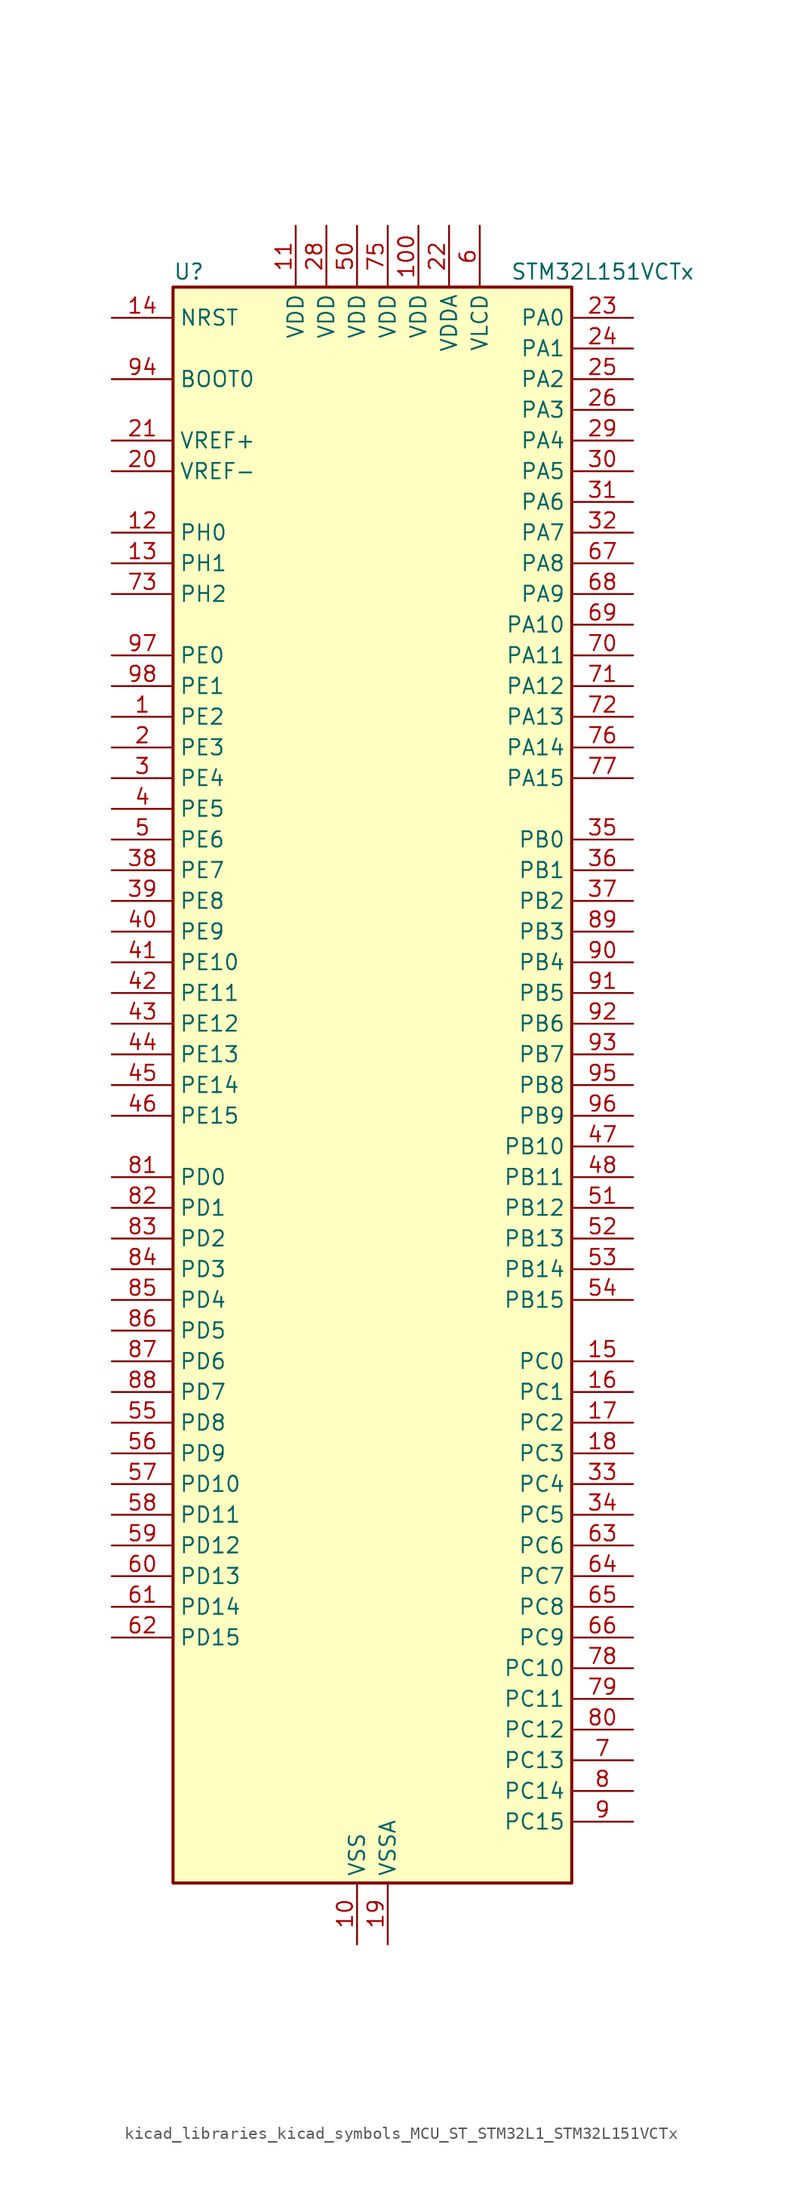
<source format=kicad_sym>
(kicad_symbol_lib
  (version 20220914)
  (generator kicad_symbol_editor)
  (symbol "kicad_libraries_kicad_symbols_MCU_ST_STM32L1_STM32L151VCTx"
    (property "Reference" "U"
      (at -15.24 67.31 0)
      (effects (font (size 1.27 1.27)) (justify left)))
    (property "Value" "STM32L151VCTx"
      (at 12.7 67.31 0)
      (effects (font (size 1.27 1.27)) (justify left)))
    (property "ki_locked" ""
      (at 0 0 0)
      (effects (font (size 1.27 1.27))))
    (symbol "kicad_libraries_kicad_symbols_MCU_ST_STM32L1_STM32L151VCTx_0_1"
      (rectangle (start -15.24 -66.04) (end 17.78 66.04) (stroke (width 0.254) (type default)) (fill (type background))))
    (symbol "kicad_libraries_kicad_symbols_MCU_ST_STM32L1_STM32L151VCTx_1_1"
      (pin bidirectional line (at -20.32 30.48 0) (length 5.08) (name "PE2" (effects (font (size 1.27 1.27)))) (number "1" (effects (font (size 1.27 1.27)))) (alternate "SYS_TRACECK" bidirectional line) (alternate "TIM3_ETR" bidirectional line) (alternate "TIMX_IC3" bidirectional line))
      (pin power_in line (at 0 -71.12 90) (length 5.08) (name "VSS" (effects (font (size 1.27 1.27)))) (number "10" (effects (font (size 1.27 1.27)))))
      (pin power_in line (at 5.08 71.12 270) (length 5.08) (name "VDD" (effects (font (size 1.27 1.27)))) (number "100" (effects (font (size 1.27 1.27)))))
      (pin power_in line (at -5.08 71.12 270) (length 5.08) (name "VDD" (effects (font (size 1.27 1.27)))) (number "11" (effects (font (size 1.27 1.27)))))
      (pin bidirectional line (at -20.32 45.72 0) (length 5.08) (name "PH0" (effects (font (size 1.27 1.27)))) (number "12" (effects (font (size 1.27 1.27)))) (alternate "RCC_OSC_IN" bidirectional line))
      (pin bidirectional line (at -20.32 43.18 0) (length 5.08) (name "PH1" (effects (font (size 1.27 1.27)))) (number "13" (effects (font (size 1.27 1.27)))) (alternate "RCC_OSC_OUT" bidirectional line))
      (pin input line (at -20.32 63.5 0) (length 5.08) (name "NRST" (effects (font (size 1.27 1.27)))) (number "14" (effects (font (size 1.27 1.27)))))
      (pin bidirectional line (at 22.86 -22.86 180) (length 5.08) (name "PC0" (effects (font (size 1.27 1.27)))) (number "15" (effects (font (size 1.27 1.27)))) (alternate "ADC_IN10" bidirectional line) (alternate "COMP1_INP" bidirectional line) (alternate "TIMX_IC1" bidirectional line) (alternate "TS_G8_IO1" bidirectional line))
      (pin bidirectional line (at 22.86 -25.4 180) (length 5.08) (name "PC1" (effects (font (size 1.27 1.27)))) (number "16" (effects (font (size 1.27 1.27)))) (alternate "ADC_IN11" bidirectional line) (alternate "COMP1_INP" bidirectional line) (alternate "TIMX_IC2" bidirectional line) (alternate "TS_G8_IO2" bidirectional line))
      (pin bidirectional line (at 22.86 -27.94 180) (length 5.08) (name "PC2" (effects (font (size 1.27 1.27)))) (number "17" (effects (font (size 1.27 1.27)))) (alternate "ADC_IN12" bidirectional line) (alternate "COMP1_INP" bidirectional line) (alternate "TIMX_IC3" bidirectional line) (alternate "TS_G8_IO3" bidirectional line))
      (pin bidirectional line (at 22.86 -30.48 180) (length 5.08) (name "PC3" (effects (font (size 1.27 1.27)))) (number "18" (effects (font (size 1.27 1.27)))) (alternate "ADC_IN13" bidirectional line) (alternate "COMP1_INP" bidirectional line) (alternate "TIMX_IC4" bidirectional line) (alternate "TS_G8_IO4" bidirectional line))
      (pin power_in line (at 2.54 -71.12 90) (length 5.08) (name "VSSA" (effects (font (size 1.27 1.27)))) (number "19" (effects (font (size 1.27 1.27)))))
      (pin bidirectional line (at -20.32 27.94 0) (length 5.08) (name "PE3" (effects (font (size 1.27 1.27)))) (number "2" (effects (font (size 1.27 1.27)))) (alternate "SYS_TRACED0" bidirectional line) (alternate "TIM3_CH1" bidirectional line) (alternate "TIMX_IC4" bidirectional line))
      (pin input line (at -20.32 50.8 0) (length 5.08) (name "VREF-" (effects (font (size 1.27 1.27)))) (number "20" (effects (font (size 1.27 1.27)))))
      (pin input line (at -20.32 53.34 0) (length 5.08) (name "VREF+" (effects (font (size 1.27 1.27)))) (number "21" (effects (font (size 1.27 1.27)))))
      (pin power_in line (at 7.62 71.12 270) (length 5.08) (name "VDDA" (effects (font (size 1.27 1.27)))) (number "22" (effects (font (size 1.27 1.27)))))
      (pin bidirectional line (at 22.86 63.5 180) (length 5.08) (name "PA0" (effects (font (size 1.27 1.27)))) (number "23" (effects (font (size 1.27 1.27)))) (alternate "ADC_IN0" bidirectional line) (alternate "COMP1_INP" bidirectional line) (alternate "RTC_TAMP2" bidirectional line) (alternate "SYS_WKUP1" bidirectional line) (alternate "TIM2_CH1" bidirectional line) (alternate "TIM2_ETR" bidirectional line) (alternate "TIM5_CH1" bidirectional line) (alternate "TIMX_IC1" bidirectional line) (alternate "TS_G1_IO1" bidirectional line) (alternate "USART2_CTS" bidirectional line))
      (pin bidirectional line (at 22.86 60.96 180) (length 5.08) (name "PA1" (effects (font (size 1.27 1.27)))) (number "24" (effects (font (size 1.27 1.27)))) (alternate "ADC_IN1" bidirectional line) (alternate "COMP1_INP" bidirectional line) (alternate "OPAMP1_VINP" bidirectional line) (alternate "TIM2_CH2" bidirectional line) (alternate "TIM5_CH2" bidirectional line) (alternate "TIMX_IC2" bidirectional line) (alternate "TS_G1_IO2" bidirectional line) (alternate "USART2_RTS" bidirectional line))
      (pin bidirectional line (at 22.86 58.42 180) (length 5.08) (name "PA2" (effects (font (size 1.27 1.27)))) (number "25" (effects (font (size 1.27 1.27)))) (alternate "ADC_IN2" bidirectional line) (alternate "COMP1_INP" bidirectional line) (alternate "OPAMP1_VINM" bidirectional line) (alternate "TIM2_CH3" bidirectional line) (alternate "TIM5_CH3" bidirectional line) (alternate "TIM9_CH1" bidirectional line) (alternate "TIMX_IC3" bidirectional line) (alternate "TS_G1_IO3" bidirectional line) (alternate "USART2_TX" bidirectional line))
      (pin bidirectional line (at 22.86 55.88 180) (length 5.08) (name "PA3" (effects (font (size 1.27 1.27)))) (number "26" (effects (font (size 1.27 1.27)))) (alternate "ADC_IN3" bidirectional line) (alternate "COMP1_INP" bidirectional line) (alternate "OPAMP1_VOUT" bidirectional line) (alternate "TIM2_CH4" bidirectional line) (alternate "TIM5_CH4" bidirectional line) (alternate "TIM9_CH2" bidirectional line) (alternate "TIMX_IC4" bidirectional line) (alternate "TS_G1_IO4" bidirectional line) (alternate "USART2_RX" bidirectional line))
      (pin passive line (at 0 -71.12 90) (length 5.08) hide (name "VSS" (effects (font (size 1.27 1.27)))) (number "27" (effects (font (size 1.27 1.27)))))
      (pin power_in line (at -2.54 71.12 270) (length 5.08) (name "VDD" (effects (font (size 1.27 1.27)))) (number "28" (effects (font (size 1.27 1.27)))))
      (pin bidirectional line (at 22.86 53.34 180) (length 5.08) (name "PA4" (effects (font (size 1.27 1.27)))) (number "29" (effects (font (size 1.27 1.27)))) (alternate "ADC_IN4" bidirectional line) (alternate "COMP1_INP" bidirectional line) (alternate "DAC_OUT1" bidirectional line) (alternate "I2S3_WS" bidirectional line) (alternate "SPI1_NSS" bidirectional line) (alternate "SPI3_NSS" bidirectional line) (alternate "TIMX_IC1" bidirectional line) (alternate "USART2_CK" bidirectional line))
      (pin bidirectional line (at -20.32 25.4 0) (length 5.08) (name "PE4" (effects (font (size 1.27 1.27)))) (number "3" (effects (font (size 1.27 1.27)))) (alternate "SYS_TRACED1" bidirectional line) (alternate "TIM3_CH2" bidirectional line) (alternate "TIMX_IC1" bidirectional line))
      (pin bidirectional line (at 22.86 50.8 180) (length 5.08) (name "PA5" (effects (font (size 1.27 1.27)))) (number "30" (effects (font (size 1.27 1.27)))) (alternate "ADC_IN5" bidirectional line) (alternate "COMP1_INP" bidirectional line) (alternate "DAC_OUT2" bidirectional line) (alternate "SPI1_SCK" bidirectional line) (alternate "TIM2_CH1" bidirectional line) (alternate "TIM2_ETR" bidirectional line) (alternate "TIMX_IC2" bidirectional line))
      (pin bidirectional line (at 22.86 48.26 180) (length 5.08) (name "PA6" (effects (font (size 1.27 1.27)))) (number "31" (effects (font (size 1.27 1.27)))) (alternate "ADC_IN6" bidirectional line) (alternate "COMP1_INP" bidirectional line) (alternate "OPAMP2_VINP" bidirectional line) (alternate "SPI1_MISO" bidirectional line) (alternate "TIM10_CH1" bidirectional line) (alternate "TIM3_CH1" bidirectional line) (alternate "TIMX_IC3" bidirectional line) (alternate "TS_G2_IO1" bidirectional line))
      (pin bidirectional line (at 22.86 45.72 180) (length 5.08) (name "PA7" (effects (font (size 1.27 1.27)))) (number "32" (effects (font (size 1.27 1.27)))) (alternate "ADC_IN7" bidirectional line) (alternate "COMP1_INP" bidirectional line) (alternate "OPAMP2_VINM" bidirectional line) (alternate "SPI1_MOSI" bidirectional line) (alternate "TIM11_CH1" bidirectional line) (alternate "TIM3_CH2" bidirectional line) (alternate "TIMX_IC4" bidirectional line) (alternate "TS_G2_IO2" bidirectional line))
      (pin bidirectional line (at 22.86 -33.02 180) (length 5.08) (name "PC4" (effects (font (size 1.27 1.27)))) (number "33" (effects (font (size 1.27 1.27)))) (alternate "ADC_IN14" bidirectional line) (alternate "COMP1_INP" bidirectional line) (alternate "TIMX_IC1" bidirectional line) (alternate "TS_G9_IO1" bidirectional line))
      (pin bidirectional line (at 22.86 -35.56 180) (length 5.08) (name "PC5" (effects (font (size 1.27 1.27)))) (number "34" (effects (font (size 1.27 1.27)))) (alternate "ADC_IN15" bidirectional line) (alternate "COMP1_INP" bidirectional line) (alternate "TIMX_IC2" bidirectional line) (alternate "TS_G9_IO2" bidirectional line))
      (pin bidirectional line (at 22.86 20.32 180) (length 5.08) (name "PB0" (effects (font (size 1.27 1.27)))) (number "35" (effects (font (size 1.27 1.27)))) (alternate "ADC_IN8" bidirectional line) (alternate "COMP1_INP" bidirectional line) (alternate "OPAMP2_VOUT" bidirectional line) (alternate "SYS_V_REF_OUT" bidirectional line) (alternate "TIM3_CH3" bidirectional line) (alternate "TS_G3_IO1" bidirectional line))
      (pin bidirectional line (at 22.86 17.78 180) (length 5.08) (name "PB1" (effects (font (size 1.27 1.27)))) (number "36" (effects (font (size 1.27 1.27)))) (alternate "ADC_IN9" bidirectional line) (alternate "COMP1_INP" bidirectional line) (alternate "SYS_V_REF_OUT" bidirectional line) (alternate "TIM3_CH4" bidirectional line) (alternate "TS_G3_IO2" bidirectional line))
      (pin bidirectional line (at 22.86 15.24 180) (length 5.08) (name "PB2" (effects (font (size 1.27 1.27)))) (number "37" (effects (font (size 1.27 1.27)))) (alternate "TS_G3_IO3" bidirectional line))
      (pin bidirectional line (at -20.32 17.78 0) (length 5.08) (name "PE7" (effects (font (size 1.27 1.27)))) (number "38" (effects (font (size 1.27 1.27)))) (alternate "ADC_IN22" bidirectional line) (alternate "COMP1_INP" bidirectional line) (alternate "TIMX_IC4" bidirectional line))
      (pin bidirectional line (at -20.32 15.24 0) (length 5.08) (name "PE8" (effects (font (size 1.27 1.27)))) (number "39" (effects (font (size 1.27 1.27)))) (alternate "ADC_IN23" bidirectional line) (alternate "COMP1_INP" bidirectional line) (alternate "TIMX_IC1" bidirectional line))
      (pin bidirectional line (at -20.32 22.86 0) (length 5.08) (name "PE5" (effects (font (size 1.27 1.27)))) (number "4" (effects (font (size 1.27 1.27)))) (alternate "SYS_TRACED2" bidirectional line) (alternate "TIM9_CH1" bidirectional line) (alternate "TIMX_IC2" bidirectional line))
      (pin bidirectional line (at -20.32 12.7 0) (length 5.08) (name "PE9" (effects (font (size 1.27 1.27)))) (number "40" (effects (font (size 1.27 1.27)))) (alternate "ADC_IN24" bidirectional line) (alternate "COMP1_INP" bidirectional line) (alternate "DAC_EXTI9" bidirectional line) (alternate "TIM2_CH1" bidirectional line) (alternate "TIM2_ETR" bidirectional line) (alternate "TIM5_ETR" bidirectional line) (alternate "TIMX_IC2" bidirectional line))
      (pin bidirectional line (at -20.32 10.16 0) (length 5.08) (name "PE10" (effects (font (size 1.27 1.27)))) (number "41" (effects (font (size 1.27 1.27)))) (alternate "ADC_IN25" bidirectional line) (alternate "COMP1_INP" bidirectional line) (alternate "TIM2_CH2" bidirectional line) (alternate "TIMX_IC3" bidirectional line))
      (pin bidirectional line (at -20.32 7.62 0) (length 5.08) (name "PE11" (effects (font (size 1.27 1.27)))) (number "42" (effects (font (size 1.27 1.27)))) (alternate "ADC_EXTI11" bidirectional line) (alternate "TIM2_CH3" bidirectional line) (alternate "TIMX_IC4" bidirectional line))
      (pin bidirectional line (at -20.32 5.08 0) (length 5.08) (name "PE12" (effects (font (size 1.27 1.27)))) (number "43" (effects (font (size 1.27 1.27)))) (alternate "SPI1_NSS" bidirectional line) (alternate "TIM2_CH4" bidirectional line) (alternate "TIMX_IC1" bidirectional line))
      (pin bidirectional line (at -20.32 2.54 0) (length 5.08) (name "PE13" (effects (font (size 1.27 1.27)))) (number "44" (effects (font (size 1.27 1.27)))) (alternate "SPI1_SCK" bidirectional line) (alternate "TIMX_IC2" bidirectional line))
      (pin bidirectional line (at -20.32 0 0) (length 5.08) (name "PE14" (effects (font (size 1.27 1.27)))) (number "45" (effects (font (size 1.27 1.27)))) (alternate "SPI1_MISO" bidirectional line) (alternate "TIMX_IC3" bidirectional line))
      (pin bidirectional line (at -20.32 -2.54 0) (length 5.08) (name "PE15" (effects (font (size 1.27 1.27)))) (number "46" (effects (font (size 1.27 1.27)))) (alternate "ADC_EXTI15" bidirectional line) (alternate "SPI1_MOSI" bidirectional line) (alternate "TIMX_IC4" bidirectional line))
      (pin bidirectional line (at 22.86 -5.08 180) (length 5.08) (name "PB10" (effects (font (size 1.27 1.27)))) (number "47" (effects (font (size 1.27 1.27)))) (alternate "I2C2_SCL" bidirectional line) (alternate "TIM2_CH3" bidirectional line) (alternate "USART3_TX" bidirectional line))
      (pin bidirectional line (at 22.86 -7.62 180) (length 5.08) (name "PB11" (effects (font (size 1.27 1.27)))) (number "48" (effects (font (size 1.27 1.27)))) (alternate "ADC_EXTI11" bidirectional line) (alternate "I2C2_SDA" bidirectional line) (alternate "TIM2_CH4" bidirectional line) (alternate "USART3_RX" bidirectional line))
      (pin passive line (at 0 -71.12 90) (length 5.08) hide (name "VSS" (effects (font (size 1.27 1.27)))) (number "49" (effects (font (size 1.27 1.27)))))
      (pin bidirectional line (at -20.32 20.32 0) (length 5.08) (name "PE6" (effects (font (size 1.27 1.27)))) (number "5" (effects (font (size 1.27 1.27)))) (alternate "RTC_TAMP3" bidirectional line) (alternate "SYS_TRACED3" bidirectional line) (alternate "SYS_WKUP3" bidirectional line) (alternate "TIM9_CH2" bidirectional line) (alternate "TIMX_IC3" bidirectional line))
      (pin power_in line (at 0 71.12 270) (length 5.08) (name "VDD" (effects (font (size 1.27 1.27)))) (number "50" (effects (font (size 1.27 1.27)))))
      (pin bidirectional line (at 22.86 -10.16 180) (length 5.08) (name "PB12" (effects (font (size 1.27 1.27)))) (number "51" (effects (font (size 1.27 1.27)))) (alternate "ADC_IN18" bidirectional line) (alternate "COMP1_INP" bidirectional line) (alternate "I2C2_SMBA" bidirectional line) (alternate "I2S2_WS" bidirectional line) (alternate "SPI2_NSS" bidirectional line) (alternate "TIM10_CH1" bidirectional line) (alternate "TS_G7_IO1" bidirectional line) (alternate "USART3_CK" bidirectional line))
      (pin bidirectional line (at 22.86 -12.7 180) (length 5.08) (name "PB13" (effects (font (size 1.27 1.27)))) (number "52" (effects (font (size 1.27 1.27)))) (alternate "ADC_IN19" bidirectional line) (alternate "COMP1_INP" bidirectional line) (alternate "I2S2_CK" bidirectional line) (alternate "SPI2_SCK" bidirectional line) (alternate "TIM9_CH1" bidirectional line) (alternate "TS_G7_IO2" bidirectional line) (alternate "USART3_CTS" bidirectional line))
      (pin bidirectional line (at 22.86 -15.24 180) (length 5.08) (name "PB14" (effects (font (size 1.27 1.27)))) (number "53" (effects (font (size 1.27 1.27)))) (alternate "ADC_IN20" bidirectional line) (alternate "COMP1_INP" bidirectional line) (alternate "SPI2_MISO" bidirectional line) (alternate "TIM9_CH2" bidirectional line) (alternate "TS_G7_IO3" bidirectional line) (alternate "USART3_RTS" bidirectional line))
      (pin bidirectional line (at 22.86 -17.78 180) (length 5.08) (name "PB15" (effects (font (size 1.27 1.27)))) (number "54" (effects (font (size 1.27 1.27)))) (alternate "ADC_EXTI15" bidirectional line) (alternate "ADC_IN21" bidirectional line) (alternate "COMP1_INP" bidirectional line) (alternate "I2S2_SD" bidirectional line) (alternate "RTC_REFIN" bidirectional line) (alternate "SPI2_MOSI" bidirectional line) (alternate "TIM11_CH1" bidirectional line) (alternate "TS_G7_IO4" bidirectional line))
      (pin bidirectional line (at -20.32 -27.94 0) (length 5.08) (name "PD8" (effects (font (size 1.27 1.27)))) (number "55" (effects (font (size 1.27 1.27)))) (alternate "TIMX_IC1" bidirectional line) (alternate "USART3_TX" bidirectional line))
      (pin bidirectional line (at -20.32 -30.48 0) (length 5.08) (name "PD9" (effects (font (size 1.27 1.27)))) (number "56" (effects (font (size 1.27 1.27)))) (alternate "DAC_EXTI9" bidirectional line) (alternate "TIMX_IC2" bidirectional line) (alternate "USART3_RX" bidirectional line))
      (pin bidirectional line (at -20.32 -33.02 0) (length 5.08) (name "PD10" (effects (font (size 1.27 1.27)))) (number "57" (effects (font (size 1.27 1.27)))) (alternate "TIMX_IC3" bidirectional line) (alternate "USART3_CK" bidirectional line))
      (pin bidirectional line (at -20.32 -35.56 0) (length 5.08) (name "PD11" (effects (font (size 1.27 1.27)))) (number "58" (effects (font (size 1.27 1.27)))) (alternate "ADC_EXTI11" bidirectional line) (alternate "TIMX_IC4" bidirectional line) (alternate "USART3_CTS" bidirectional line))
      (pin bidirectional line (at -20.32 -38.1 0) (length 5.08) (name "PD12" (effects (font (size 1.27 1.27)))) (number "59" (effects (font (size 1.27 1.27)))) (alternate "TIM4_CH1" bidirectional line) (alternate "TIMX_IC1" bidirectional line) (alternate "USART3_RTS" bidirectional line))
      (pin power_in line (at 10.16 71.12 270) (length 5.08) (name "VLCD" (effects (font (size 1.27 1.27)))) (number "6" (effects (font (size 1.27 1.27)))))
      (pin bidirectional line (at -20.32 -40.64 0) (length 5.08) (name "PD13" (effects (font (size 1.27 1.27)))) (number "60" (effects (font (size 1.27 1.27)))) (alternate "TIM4_CH2" bidirectional line) (alternate "TIMX_IC2" bidirectional line))
      (pin bidirectional line (at -20.32 -43.18 0) (length 5.08) (name "PD14" (effects (font (size 1.27 1.27)))) (number "61" (effects (font (size 1.27 1.27)))) (alternate "TIM4_CH3" bidirectional line) (alternate "TIMX_IC3" bidirectional line))
      (pin bidirectional line (at -20.32 -45.72 0) (length 5.08) (name "PD15" (effects (font (size 1.27 1.27)))) (number "62" (effects (font (size 1.27 1.27)))) (alternate "ADC_EXTI15" bidirectional line) (alternate "TIM4_CH4" bidirectional line) (alternate "TIMX_IC4" bidirectional line))
      (pin bidirectional line (at 22.86 -38.1 180) (length 5.08) (name "PC6" (effects (font (size 1.27 1.27)))) (number "63" (effects (font (size 1.27 1.27)))) (alternate "I2S2_MCK" bidirectional line) (alternate "TIM3_CH1" bidirectional line) (alternate "TIMX_IC3" bidirectional line) (alternate "TS_G10_IO1" bidirectional line))
      (pin bidirectional line (at 22.86 -40.64 180) (length 5.08) (name "PC7" (effects (font (size 1.27 1.27)))) (number "64" (effects (font (size 1.27 1.27)))) (alternate "I2S3_MCK" bidirectional line) (alternate "TIM3_CH2" bidirectional line) (alternate "TIMX_IC4" bidirectional line) (alternate "TS_G10_IO2" bidirectional line))
      (pin bidirectional line (at 22.86 -43.18 180) (length 5.08) (name "PC8" (effects (font (size 1.27 1.27)))) (number "65" (effects (font (size 1.27 1.27)))) (alternate "TIM3_CH3" bidirectional line) (alternate "TIMX_IC1" bidirectional line) (alternate "TS_G10_IO3" bidirectional line))
      (pin bidirectional line (at 22.86 -45.72 180) (length 5.08) (name "PC9" (effects (font (size 1.27 1.27)))) (number "66" (effects (font (size 1.27 1.27)))) (alternate "DAC_EXTI9" bidirectional line) (alternate "TIM3_CH4" bidirectional line) (alternate "TIMX_IC2" bidirectional line) (alternate "TS_G10_IO4" bidirectional line))
      (pin bidirectional line (at 22.86 43.18 180) (length 5.08) (name "PA8" (effects (font (size 1.27 1.27)))) (number "67" (effects (font (size 1.27 1.27)))) (alternate "RCC_MCO" bidirectional line) (alternate "TIMX_IC1" bidirectional line) (alternate "TS_G4_IO1" bidirectional line) (alternate "USART1_CK" bidirectional line))
      (pin bidirectional line (at 22.86 40.64 180) (length 5.08) (name "PA9" (effects (font (size 1.27 1.27)))) (number "68" (effects (font (size 1.27 1.27)))) (alternate "DAC_EXTI9" bidirectional line) (alternate "TIMX_IC2" bidirectional line) (alternate "TS_G4_IO2" bidirectional line) (alternate "USART1_TX" bidirectional line))
      (pin bidirectional line (at 22.86 38.1 180) (length 5.08) (name "PA10" (effects (font (size 1.27 1.27)))) (number "69" (effects (font (size 1.27 1.27)))) (alternate "TIMX_IC3" bidirectional line) (alternate "TS_G4_IO3" bidirectional line) (alternate "USART1_RX" bidirectional line))
      (pin bidirectional line (at 22.86 -55.88 180) (length 5.08) (name "PC13" (effects (font (size 1.27 1.27)))) (number "7" (effects (font (size 1.27 1.27)))) (alternate "RTC_OUT_ALARM" bidirectional line) (alternate "RTC_OUT_CALIB" bidirectional line) (alternate "RTC_TAMP1" bidirectional line) (alternate "RTC_TS" bidirectional line) (alternate "SYS_WKUP2" bidirectional line) (alternate "TIMX_IC2" bidirectional line))
      (pin bidirectional line (at 22.86 35.56 180) (length 5.08) (name "PA11" (effects (font (size 1.27 1.27)))) (number "70" (effects (font (size 1.27 1.27)))) (alternate "ADC_EXTI11" bidirectional line) (alternate "SPI1_MISO" bidirectional line) (alternate "TIMX_IC4" bidirectional line) (alternate "USART1_CTS" bidirectional line) (alternate "USB_DM" bidirectional line))
      (pin bidirectional line (at 22.86 33.02 180) (length 5.08) (name "PA12" (effects (font (size 1.27 1.27)))) (number "71" (effects (font (size 1.27 1.27)))) (alternate "SPI1_MOSI" bidirectional line) (alternate "TIMX_IC1" bidirectional line) (alternate "USART1_RTS" bidirectional line) (alternate "USB_DP" bidirectional line))
      (pin bidirectional line (at 22.86 30.48 180) (length 5.08) (name "PA13" (effects (font (size 1.27 1.27)))) (number "72" (effects (font (size 1.27 1.27)))) (alternate "SYS_JTMS-SWDIO" bidirectional line) (alternate "TIMX_IC2" bidirectional line) (alternate "TS_G5_IO1" bidirectional line))
      (pin bidirectional line (at -20.32 40.64 0) (length 5.08) (name "PH2" (effects (font (size 1.27 1.27)))) (number "73" (effects (font (size 1.27 1.27)))))
      (pin passive line (at 0 -71.12 90) (length 5.08) hide (name "VSS" (effects (font (size 1.27 1.27)))) (number "74" (effects (font (size 1.27 1.27)))))
      (pin power_in line (at 2.54 71.12 270) (length 5.08) (name "VDD" (effects (font (size 1.27 1.27)))) (number "75" (effects (font (size 1.27 1.27)))))
      (pin bidirectional line (at 22.86 27.94 180) (length 5.08) (name "PA14" (effects (font (size 1.27 1.27)))) (number "76" (effects (font (size 1.27 1.27)))) (alternate "SYS_JTCK-SWCLK" bidirectional line) (alternate "TIMX_IC3" bidirectional line) (alternate "TS_G5_IO2" bidirectional line))
      (pin bidirectional line (at 22.86 25.4 180) (length 5.08) (name "PA15" (effects (font (size 1.27 1.27)))) (number "77" (effects (font (size 1.27 1.27)))) (alternate "ADC_EXTI15" bidirectional line) (alternate "I2S3_WS" bidirectional line) (alternate "SPI1_NSS" bidirectional line) (alternate "SPI3_NSS" bidirectional line) (alternate "SYS_JTDI" bidirectional line) (alternate "TIM2_CH1" bidirectional line) (alternate "TIM2_ETR" bidirectional line) (alternate "TIMX_IC4" bidirectional line) (alternate "TS_G5_IO3" bidirectional line))
      (pin bidirectional line (at 22.86 -48.26 180) (length 5.08) (name "PC10" (effects (font (size 1.27 1.27)))) (number "78" (effects (font (size 1.27 1.27)))) (alternate "I2S3_CK" bidirectional line) (alternate "SPI3_SCK" bidirectional line) (alternate "TIMX_IC3" bidirectional line) (alternate "USART3_TX" bidirectional line))
      (pin bidirectional line (at 22.86 -50.8 180) (length 5.08) (name "PC11" (effects (font (size 1.27 1.27)))) (number "79" (effects (font (size 1.27 1.27)))) (alternate "ADC_EXTI11" bidirectional line) (alternate "SPI3_MISO" bidirectional line) (alternate "TIMX_IC4" bidirectional line) (alternate "USART3_RX" bidirectional line))
      (pin bidirectional line (at 22.86 -58.42 180) (length 5.08) (name "PC14" (effects (font (size 1.27 1.27)))) (number "8" (effects (font (size 1.27 1.27)))) (alternate "RCC_OSC32_IN" bidirectional line) (alternate "TIMX_IC3" bidirectional line))
      (pin bidirectional line (at 22.86 -53.34 180) (length 5.08) (name "PC12" (effects (font (size 1.27 1.27)))) (number "80" (effects (font (size 1.27 1.27)))) (alternate "I2S3_SD" bidirectional line) (alternate "SPI3_MOSI" bidirectional line) (alternate "TIMX_IC1" bidirectional line) (alternate "USART3_CK" bidirectional line))
      (pin bidirectional line (at -20.32 -7.62 0) (length 5.08) (name "PD0" (effects (font (size 1.27 1.27)))) (number "81" (effects (font (size 1.27 1.27)))) (alternate "I2S2_WS" bidirectional line) (alternate "SPI2_NSS" bidirectional line) (alternate "TIM9_CH1" bidirectional line) (alternate "TIMX_IC1" bidirectional line))
      (pin bidirectional line (at -20.32 -10.16 0) (length 5.08) (name "PD1" (effects (font (size 1.27 1.27)))) (number "82" (effects (font (size 1.27 1.27)))) (alternate "I2S2_CK" bidirectional line) (alternate "SPI2_SCK" bidirectional line) (alternate "TIMX_IC2" bidirectional line))
      (pin bidirectional line (at -20.32 -12.7 0) (length 5.08) (name "PD2" (effects (font (size 1.27 1.27)))) (number "83" (effects (font (size 1.27 1.27)))) (alternate "TIM3_ETR" bidirectional line) (alternate "TIMX_IC3" bidirectional line))
      (pin bidirectional line (at -20.32 -15.24 0) (length 5.08) (name "PD3" (effects (font (size 1.27 1.27)))) (number "84" (effects (font (size 1.27 1.27)))) (alternate "SPI2_MISO" bidirectional line) (alternate "TIMX_IC4" bidirectional line) (alternate "USART2_CTS" bidirectional line))
      (pin bidirectional line (at -20.32 -17.78 0) (length 5.08) (name "PD4" (effects (font (size 1.27 1.27)))) (number "85" (effects (font (size 1.27 1.27)))) (alternate "I2S2_SD" bidirectional line) (alternate "SPI2_MOSI" bidirectional line) (alternate "TIMX_IC1" bidirectional line) (alternate "USART2_RTS" bidirectional line))
      (pin bidirectional line (at -20.32 -20.32 0) (length 5.08) (name "PD5" (effects (font (size 1.27 1.27)))) (number "86" (effects (font (size 1.27 1.27)))) (alternate "TIMX_IC2" bidirectional line) (alternate "USART2_TX" bidirectional line))
      (pin bidirectional line (at -20.32 -22.86 0) (length 5.08) (name "PD6" (effects (font (size 1.27 1.27)))) (number "87" (effects (font (size 1.27 1.27)))) (alternate "TIMX_IC3" bidirectional line) (alternate "USART2_RX" bidirectional line))
      (pin bidirectional line (at -20.32 -25.4 0) (length 5.08) (name "PD7" (effects (font (size 1.27 1.27)))) (number "88" (effects (font (size 1.27 1.27)))) (alternate "TIM9_CH2" bidirectional line) (alternate "TIMX_IC4" bidirectional line) (alternate "USART2_CK" bidirectional line))
      (pin bidirectional line (at 22.86 12.7 180) (length 5.08) (name "PB3" (effects (font (size 1.27 1.27)))) (number "89" (effects (font (size 1.27 1.27)))) (alternate "COMP2_INM" bidirectional line) (alternate "I2S3_CK" bidirectional line) (alternate "SPI1_SCK" bidirectional line) (alternate "SPI3_SCK" bidirectional line) (alternate "SYS_JTDO-TRACESWO" bidirectional line) (alternate "TIM2_CH2" bidirectional line))
      (pin bidirectional line (at 22.86 -60.96 180) (length 5.08) (name "PC15" (effects (font (size 1.27 1.27)))) (number "9" (effects (font (size 1.27 1.27)))) (alternate "ADC_EXTI15" bidirectional line) (alternate "RCC_OSC32_OUT" bidirectional line) (alternate "TIMX_IC4" bidirectional line))
      (pin bidirectional line (at 22.86 10.16 180) (length 5.08) (name "PB4" (effects (font (size 1.27 1.27)))) (number "90" (effects (font (size 1.27 1.27)))) (alternate "COMP2_INP" bidirectional line) (alternate "SPI1_MISO" bidirectional line) (alternate "SPI3_MISO" bidirectional line) (alternate "SYS_JTRST" bidirectional line) (alternate "TIM3_CH1" bidirectional line) (alternate "TS_G6_IO1" bidirectional line))
      (pin bidirectional line (at 22.86 7.62 180) (length 5.08) (name "PB5" (effects (font (size 1.27 1.27)))) (number "91" (effects (font (size 1.27 1.27)))) (alternate "COMP2_INP" bidirectional line) (alternate "I2C1_SMBA" bidirectional line) (alternate "I2S3_SD" bidirectional line) (alternate "SPI1_MOSI" bidirectional line) (alternate "SPI3_MOSI" bidirectional line) (alternate "TIM3_CH2" bidirectional line) (alternate "TS_G6_IO2" bidirectional line))
      (pin bidirectional line (at 22.86 5.08 180) (length 5.08) (name "PB6" (effects (font (size 1.27 1.27)))) (number "92" (effects (font (size 1.27 1.27)))) (alternate "COMP2_INP" bidirectional line) (alternate "I2C1_SCL" bidirectional line) (alternate "TIM4_CH1" bidirectional line) (alternate "TS_G6_IO3" bidirectional line) (alternate "USART1_TX" bidirectional line))
      (pin bidirectional line (at 22.86 2.54 180) (length 5.08) (name "PB7" (effects (font (size 1.27 1.27)))) (number "93" (effects (font (size 1.27 1.27)))) (alternate "COMP2_INP" bidirectional line) (alternate "I2C1_SDA" bidirectional line) (alternate "SYS_PVD_IN" bidirectional line) (alternate "TIM4_CH2" bidirectional line) (alternate "TS_G6_IO4" bidirectional line) (alternate "USART1_RX" bidirectional line))
      (pin input line (at -20.32 58.42 0) (length 5.08) (name "BOOT0" (effects (font (size 1.27 1.27)))) (number "94" (effects (font (size 1.27 1.27)))))
      (pin bidirectional line (at 22.86 0 180) (length 5.08) (name "PB8" (effects (font (size 1.27 1.27)))) (number "95" (effects (font (size 1.27 1.27)))) (alternate "I2C1_SCL" bidirectional line) (alternate "TIM10_CH1" bidirectional line) (alternate "TIM4_CH3" bidirectional line))
      (pin bidirectional line (at 22.86 -2.54 180) (length 5.08) (name "PB9" (effects (font (size 1.27 1.27)))) (number "96" (effects (font (size 1.27 1.27)))) (alternate "DAC_EXTI9" bidirectional line) (alternate "I2C1_SDA" bidirectional line) (alternate "TIM11_CH1" bidirectional line) (alternate "TIM4_CH4" bidirectional line))
      (pin bidirectional line (at -20.32 35.56 0) (length 5.08) (name "PE0" (effects (font (size 1.27 1.27)))) (number "97" (effects (font (size 1.27 1.27)))) (alternate "TIM10_CH1" bidirectional line) (alternate "TIM4_ETR" bidirectional line) (alternate "TIMX_IC1" bidirectional line))
      (pin bidirectional line (at -20.32 33.02 0) (length 5.08) (name "PE1" (effects (font (size 1.27 1.27)))) (number "98" (effects (font (size 1.27 1.27)))) (alternate "TIM11_CH1" bidirectional line) (alternate "TIMX_IC2" bidirectional line))
      (pin passive line (at 0 -71.12 90) (length 5.08) hide (name "VSS" (effects (font (size 1.27 1.27)))) (number "99" (effects (font (size 1.27 1.27))))))))
</source>
